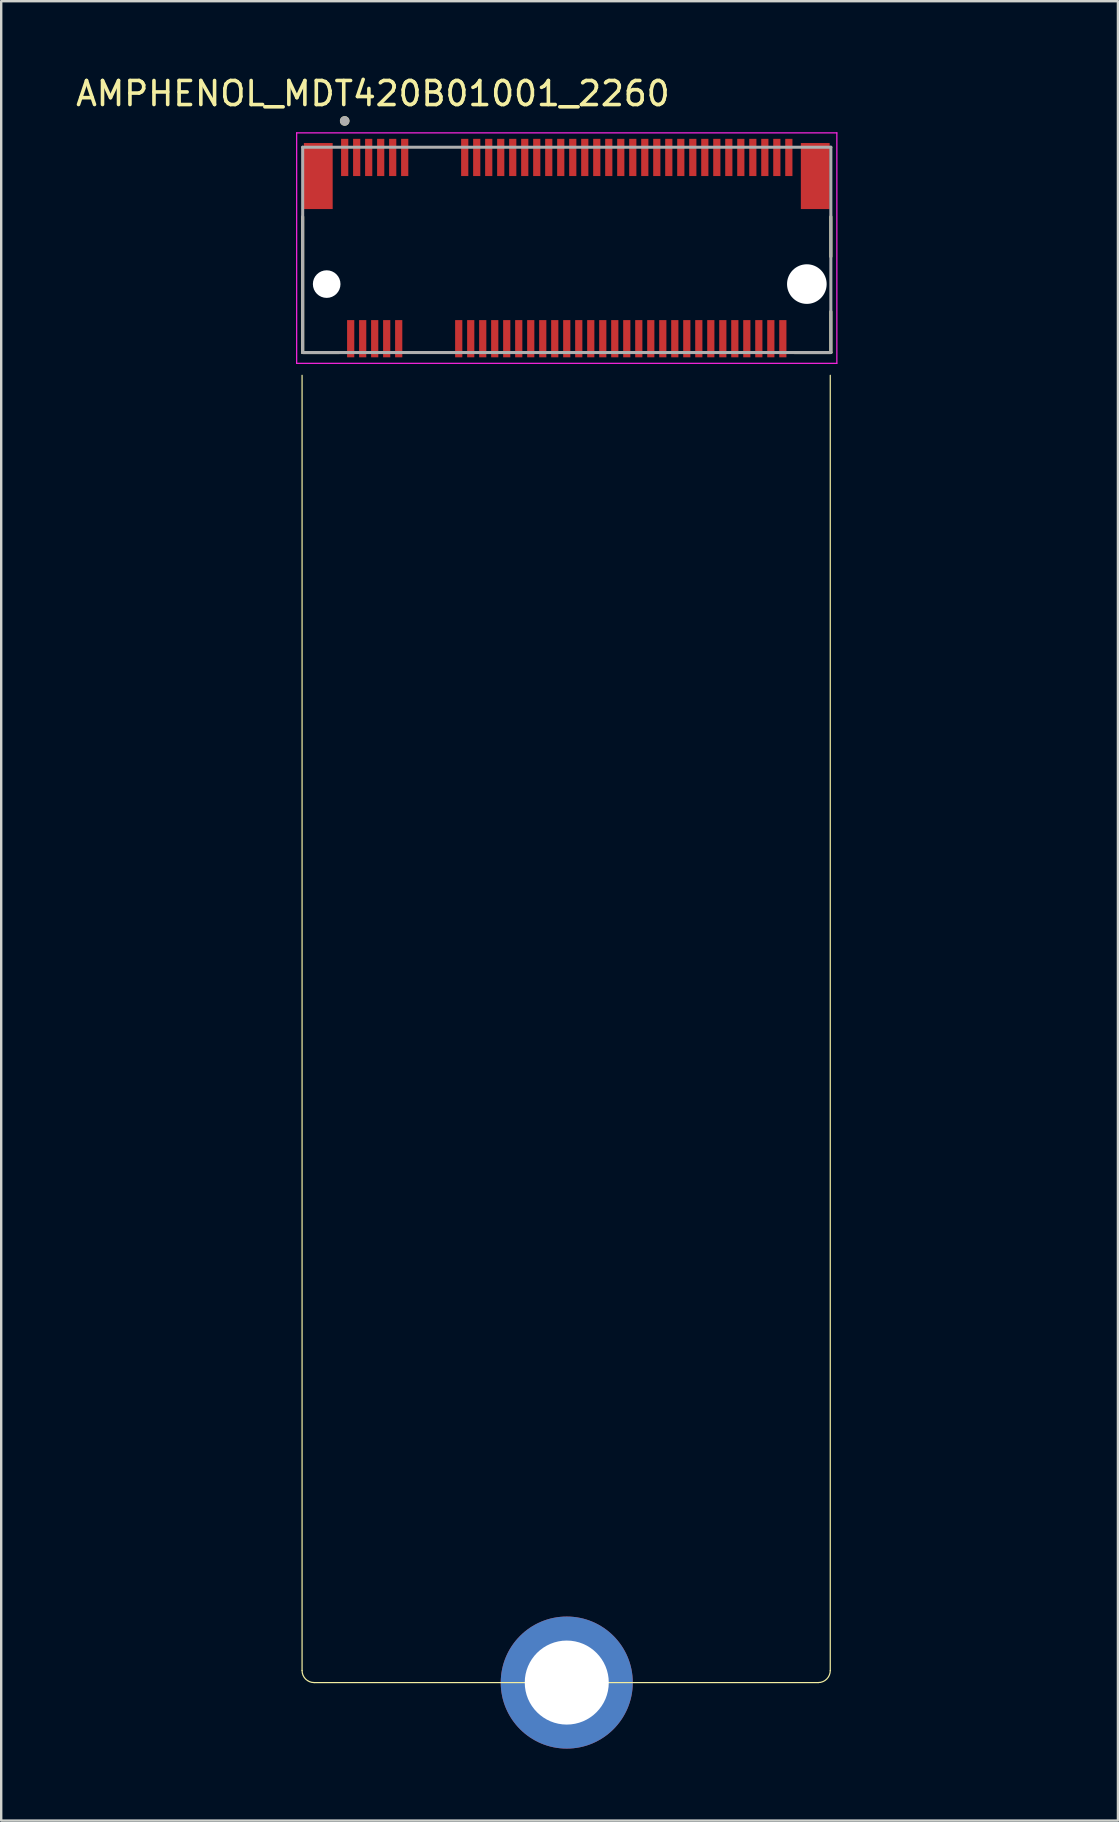
<source format=kicad_pcb>
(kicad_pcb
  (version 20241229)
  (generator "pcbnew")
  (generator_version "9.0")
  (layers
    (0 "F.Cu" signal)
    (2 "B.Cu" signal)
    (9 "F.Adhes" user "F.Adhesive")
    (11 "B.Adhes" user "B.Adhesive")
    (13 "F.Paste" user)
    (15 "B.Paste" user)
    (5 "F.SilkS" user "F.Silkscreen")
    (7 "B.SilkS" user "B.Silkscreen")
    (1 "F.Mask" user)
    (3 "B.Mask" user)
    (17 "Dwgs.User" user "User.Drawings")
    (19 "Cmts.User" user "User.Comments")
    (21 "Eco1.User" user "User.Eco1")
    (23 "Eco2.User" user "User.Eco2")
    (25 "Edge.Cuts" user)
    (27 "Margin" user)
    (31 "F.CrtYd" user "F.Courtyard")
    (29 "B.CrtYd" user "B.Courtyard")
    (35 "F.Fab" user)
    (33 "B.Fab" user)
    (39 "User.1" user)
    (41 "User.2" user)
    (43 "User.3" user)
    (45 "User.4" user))
  (footprint "AMPHENOL_MDT420B01001_2260"
    (layer "F.Cu")
    (at 20.557 8.783)
    (property "Reference" "AMPHENOL_MDT420B01001_2260" (at -8.075 -7.935 0) (layer "F.SilkS") (effects (font (size 1 1) (thickness 0.15))))
    (attr smd)
    (fp_line (start -11.025 3.8) (end -11.025 57.75) (stroke (width 0.05) (type solid)) (layer "F.SilkS"))
    (fp_line (start -11 2.85) (end -11 -2.805) (stroke (width 0.127) (type solid)) (layer "F.SilkS"))
    (fp_line (start -10.525 58.25) (end 10.475 58.25) (stroke (width 0.05) (type solid)) (layer "F.SilkS"))
    (fp_line (start -9.47 2.85) (end -11 2.85) (stroke (width 0.127) (type solid)) (layer "F.SilkS"))
    (fp_line (start 10.975 57.75) (end 10.975 3.8) (stroke (width 0.05) (type solid)) (layer "F.SilkS"))
    (fp_line (start 11 -2.805) (end 11 -1.145) (stroke (width 0.127) (type solid)) (layer "F.SilkS"))
    (fp_line (start 11 2.85) (end 9.47 2.85) (stroke (width 0.127) (type solid)) (layer "F.SilkS"))
    (fp_line (start 11 2.85) (end 11 1.145) (stroke (width 0.127) (type solid)) (layer "F.SilkS"))
    (fp_arc (start -10.525 58.25) (mid -10.8786 58.103573) (end -11.025 57.75) (stroke (width 0.05) (type solid)) (layer "F.SilkS"))
    (fp_arc (start 10.975 57.75) (mid 10.828553 58.103553) (end 10.475 58.25) (stroke (width 0.05) (type solid)) (layer "F.SilkS"))
    (fp_circle (center -9.25 -6.796) (end -9.15 -6.796) (stroke (width 0.2) (type solid)) (fill no) (layer "F.SilkS"))
    (fp_line (start -11.25 -6.3) (end -11.25 3.3) (stroke (width 0.05) (type solid)) (layer "F.CrtYd"))
    (fp_line (start -11.25 3.3) (end 11.25 3.3) (stroke (width 0.05) (type solid)) (layer "F.CrtYd"))
    (fp_line (start 11.25 -6.3) (end -11.25 -6.3) (stroke (width 0.05) (type solid)) (layer "F.CrtYd"))
    (fp_line (start 11.25 3.3) (end 11.25 -6.3) (stroke (width 0.05) (type solid)) (layer "F.CrtYd"))
    (fp_line (start -11 -5.7) (end 11 -5.7) (stroke (width 0.127) (type solid)) (layer "F.Fab"))
    (fp_line (start -11 2.85) (end -11 -5.7) (stroke (width 0.127) (type solid)) (layer "F.Fab"))
    (fp_line (start 11 -5.7) (end 11 2.85) (stroke (width 0.127) (type solid)) (layer "F.Fab"))
    (fp_line (start 11 2.85) (end -11 2.85) (stroke (width 0.127) (type solid)) (layer "F.Fab"))
    (fp_circle (center -9.25 -6.796) (end -9.15 -6.796) (stroke (width 0.2) (type solid)) (fill no) (layer "F.Fab"))
    (dimension (type aligned) (layer "User.1") (pts (xy 30.557 8.783) (xy 30.557 7.033)) (height 4) (format (prefix "") (suffix "") (units 3) (units_format 1) (precision 4)) (style (thickness 0.12) (arrow_length 1.27) (text_position_mode 2) (arrow_direction outward) (extension_height 0.586) (extension_offset 0.5) (keep_text_aligned yes)) (gr_text "1.7500 mm" (at 36.057 7.908 90) (layer "User.1") (effects (font (size 1 1) (thickness 0.15)))))
    (pad "" np_thru_hole circle (at -10 0) (size 1.15 1.15) (drill 1.15) (layers "*.Cu" "*.Mask"))
    (pad "" np_thru_hole circle (at 10 0) (size 1.65 1.65) (drill 1.65) (layers "*.Cu" "*.Mask"))
    (pad "1" smd rect (at -9.25 -5.275) (size 0.3 1.55) (layers "F.Cu" "F.Mask" "F.Paste"))
    (pad "2" smd rect (at -9 2.275) (size 0.3 1.55) (layers "F.Cu" "F.Mask" "F.Paste"))
    (pad "3" smd rect (at -8.75 -5.275) (size 0.3 1.55) (layers "F.Cu" "F.Mask" "F.Paste"))
    (pad "4" smd rect (at -8.5 2.275) (size 0.3 1.55) (layers "F.Cu" "F.Mask" "F.Paste"))
    (pad "5" smd rect (at -8.25 -5.275) (size 0.3 1.55) (layers "F.Cu" "F.Mask" "F.Paste"))
    (pad "6" smd rect (at -8 2.275) (size 0.3 1.55) (layers "F.Cu" "F.Mask" "F.Paste"))
    (pad "7" smd rect (at -7.75 -5.275) (size 0.3 1.55) (layers "F.Cu" "F.Mask" "F.Paste"))
    (pad "8" smd rect (at -7.5 2.275) (size 0.3 1.55) (layers "F.Cu" "F.Mask" "F.Paste"))
    (pad "9" smd rect (at -7.25 -5.275) (size 0.3 1.55) (layers "F.Cu" "F.Mask" "F.Paste"))
    (pad "10" smd rect (at -7 2.275) (size 0.3 1.55) (layers "F.Cu" "F.Mask" "F.Paste"))
    (pad "11" smd rect (at -6.75 -5.275) (size 0.3 1.55) (layers "F.Cu" "F.Mask" "F.Paste"))
    (pad "20" smd rect (at -4.5 2.275) (size 0.3 1.55) (layers "F.Cu" "F.Mask" "F.Paste"))
    (pad "21" smd rect (at -4.25 -5.275) (size 0.3 1.55) (layers "F.Cu" "F.Mask" "F.Paste"))
    (pad "22" smd rect (at -4 2.275) (size 0.3 1.55) (layers "F.Cu" "F.Mask" "F.Paste"))
    (pad "23" smd rect (at -3.75 -5.275) (size 0.3 1.55) (layers "F.Cu" "F.Mask" "F.Paste"))
    (pad "24" smd rect (at -3.5 2.275) (size 0.3 1.55) (layers "F.Cu" "F.Mask" "F.Paste"))
    (pad "25" smd rect (at -3.25 -5.275) (size 0.3 1.55) (layers "F.Cu" "F.Mask" "F.Paste"))
    (pad "26" smd rect (at -3 2.275) (size 0.3 1.55) (layers "F.Cu" "F.Mask" "F.Paste"))
    (pad "27" smd rect (at -2.75 -5.275) (size 0.3 1.55) (layers "F.Cu" "F.Mask" "F.Paste"))
    (pad "28" smd rect (at -2.5 2.275) (size 0.3 1.55) (layers "F.Cu" "F.Mask" "F.Paste"))
    (pad "29" smd rect (at -2.25 -5.275) (size 0.3 1.55) (layers "F.Cu" "F.Mask" "F.Paste"))
    (pad "30" smd rect (at -2 2.275) (size 0.3 1.55) (layers "F.Cu" "F.Mask" "F.Paste"))
    (pad "31" smd rect (at -1.75 -5.275) (size 0.3 1.55) (layers "F.Cu" "F.Mask" "F.Paste"))
    (pad "32" smd rect (at -1.5 2.275) (size 0.3 1.55) (layers "F.Cu" "F.Mask" "F.Paste"))
    (pad "33" smd rect (at -1.25 -5.275) (size 0.3 1.55) (layers "F.Cu" "F.Mask" "F.Paste"))
    (pad "34" smd rect (at -1 2.275) (size 0.3 1.55) (layers "F.Cu" "F.Mask" "F.Paste"))
    (pad "35" smd rect (at -0.75 -5.275) (size 0.3 1.55) (layers "F.Cu" "F.Mask" "F.Paste"))
    (pad "36" smd rect (at -0.5 2.275) (size 0.3 1.55) (layers "F.Cu" "F.Mask" "F.Paste"))
    (pad "37" smd rect (at -0.25 -5.275) (size 0.3 1.55) (layers "F.Cu" "F.Mask" "F.Paste"))
    (pad "38" smd rect (at 0 2.275) (size 0.3 1.55) (layers "F.Cu" "F.Mask" "F.Paste"))
    (pad "39" smd rect (at 0.25 -5.275) (size 0.3 1.55) (layers "F.Cu" "F.Mask" "F.Paste"))
    (pad "40" smd rect (at 0.5 2.275) (size 0.3 1.55) (layers "F.Cu" "F.Mask" "F.Paste"))
    (pad "41" smd rect (at 0.75 -5.275) (size 0.3 1.55) (layers "F.Cu" "F.Mask" "F.Paste"))
    (pad "42" smd rect (at 1 2.275) (size 0.3 1.55) (layers "F.Cu" "F.Mask" "F.Paste"))
    (pad "43" smd rect (at 1.25 -5.275) (size 0.3 1.55) (layers "F.Cu" "F.Mask" "F.Paste"))
    (pad "44" smd rect (at 1.5 2.275) (size 0.3 1.55) (layers "F.Cu" "F.Mask" "F.Paste"))
    (pad "45" smd rect (at 1.75 -5.275) (size 0.3 1.55) (layers "F.Cu" "F.Mask" "F.Paste"))
    (pad "46" smd rect (at 2 2.275) (size 0.3 1.55) (layers "F.Cu" "F.Mask" "F.Paste"))
    (pad "47" smd rect (at 2.25 -5.275) (size 0.3 1.55) (layers "F.Cu" "F.Mask" "F.Paste"))
    (pad "48" smd rect (at 2.5 2.275) (size 0.3 1.55) (layers "F.Cu" "F.Mask" "F.Paste"))
    (pad "49" smd rect (at 2.75 -5.275) (size 0.3 1.55) (layers "F.Cu" "F.Mask" "F.Paste"))
    (pad "50" smd rect (at 3 2.275) (size 0.3 1.55) (layers "F.Cu" "F.Mask" "F.Paste"))
    (pad "51" smd rect (at 3.25 -5.275) (size 0.3 1.55) (layers "F.Cu" "F.Mask" "F.Paste"))
    (pad "52" smd rect (at 3.5 2.275) (size 0.3 1.55) (layers "F.Cu" "F.Mask" "F.Paste"))
    (pad "53" smd rect (at 3.75 -5.275) (size 0.3 1.55) (layers "F.Cu" "F.Mask" "F.Paste"))
    (pad "54" smd rect (at 4 2.275) (size 0.3 1.55) (layers "F.Cu" "F.Mask" "F.Paste"))
    (pad "55" smd rect (at 4.25 -5.275) (size 0.3 1.55) (layers "F.Cu" "F.Mask" "F.Paste"))
    (pad "56" smd rect (at 4.5 2.275) (size 0.3 1.55) (layers "F.Cu" "F.Mask" "F.Paste"))
    (pad "57" smd rect (at 4.75 -5.275) (size 0.3 1.55) (layers "F.Cu" "F.Mask" "F.Paste"))
    (pad "58" smd rect (at 5 2.275) (size 0.3 1.55) (layers "F.Cu" "F.Mask" "F.Paste"))
    (pad "59" smd rect (at 5.25 -5.275) (size 0.3 1.55) (layers "F.Cu" "F.Mask" "F.Paste"))
    (pad "60" smd rect (at 5.5 2.275) (size 0.3 1.55) (layers "F.Cu" "F.Mask" "F.Paste"))
    (pad "61" smd rect (at 5.75 -5.275) (size 0.3 1.55) (layers "F.Cu" "F.Mask" "F.Paste"))
    (pad "62" smd rect (at 6 2.275) (size 0.3 1.55) (layers "F.Cu" "F.Mask" "F.Paste"))
    (pad "63" smd rect (at 6.25 -5.275) (size 0.3 1.55) (layers "F.Cu" "F.Mask" "F.Paste"))
    (pad "64" smd rect (at 6.5 2.275) (size 0.3 1.55) (layers "F.Cu" "F.Mask" "F.Paste"))
    (pad "65" smd rect (at 6.75 -5.275) (size 0.3 1.55) (layers "F.Cu" "F.Mask" "F.Paste"))
    (pad "66" smd rect (at 7 2.275) (size 0.3 1.55) (layers "F.Cu" "F.Mask" "F.Paste"))
    (pad "67" smd rect (at 7.25 -5.275) (size 0.3 1.55) (layers "F.Cu" "F.Mask" "F.Paste"))
    (pad "68" smd rect (at 7.5 2.275) (size 0.3 1.55) (layers "F.Cu" "F.Mask" "F.Paste"))
    (pad "69" smd rect (at 7.75 -5.275) (size 0.3 1.55) (layers "F.Cu" "F.Mask" "F.Paste"))
    (pad "70" smd rect (at 8 2.275) (size 0.3 1.55) (layers "F.Cu" "F.Mask" "F.Paste"))
    (pad "71" smd rect (at 8.25 -5.275) (size 0.3 1.55) (layers "F.Cu" "F.Mask" "F.Paste"))
    (pad "72" smd rect (at 8.5 2.275) (size 0.3 1.55) (layers "F.Cu" "F.Mask" "F.Paste"))
    (pad "73" smd rect (at 8.75 -5.275) (size 0.3 1.55) (layers "F.Cu" "F.Mask" "F.Paste"))
    (pad "74" smd rect (at 9 2.275) (size 0.3 1.55) (layers "F.Cu" "F.Mask" "F.Paste"))
    (pad "75" smd rect (at 9.25 -5.275) (size 0.3 1.55) (layers "F.Cu" "F.Mask" "F.Paste"))
    (pad "MOUNTING-HOLE" thru_hole circle (at 0 58.25) (size 5.5 5.5) (drill 3.5) (layers "*.Cu" "*.Mask"))
    (pad "S1" smd rect (at -10.35 -4.5) (size 1.2 2.75) (layers "F.Cu" "F.Mask" "F.Paste"))
    (pad "S2" smd rect (at 10.35 -4.5) (size 1.2 2.75) (layers "F.Cu" "F.Mask" "F.Paste")))
  (gr_rect
    (start -3 -3)
    (end 43.515 72.783)
    (stroke (width 0.1) (type default))
    (fill no)
    (layer "Edge.Cuts")))
</source>
